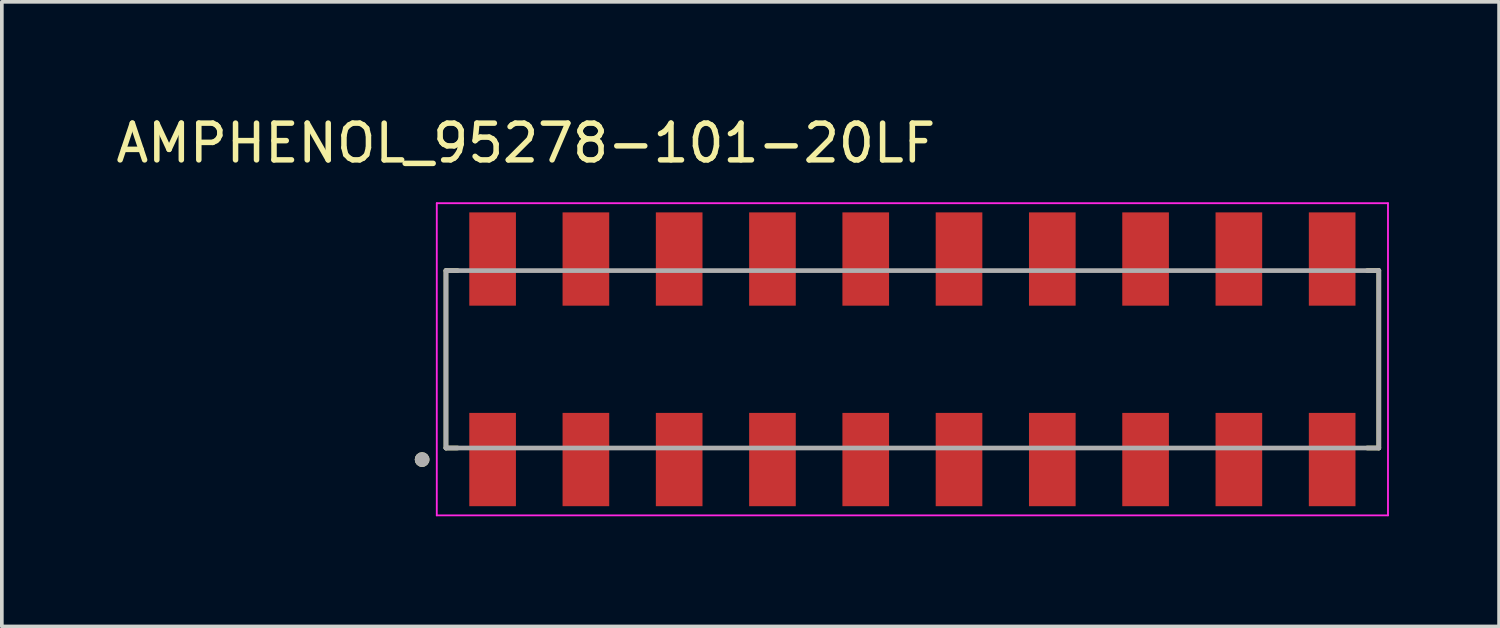
<source format=kicad_pcb>
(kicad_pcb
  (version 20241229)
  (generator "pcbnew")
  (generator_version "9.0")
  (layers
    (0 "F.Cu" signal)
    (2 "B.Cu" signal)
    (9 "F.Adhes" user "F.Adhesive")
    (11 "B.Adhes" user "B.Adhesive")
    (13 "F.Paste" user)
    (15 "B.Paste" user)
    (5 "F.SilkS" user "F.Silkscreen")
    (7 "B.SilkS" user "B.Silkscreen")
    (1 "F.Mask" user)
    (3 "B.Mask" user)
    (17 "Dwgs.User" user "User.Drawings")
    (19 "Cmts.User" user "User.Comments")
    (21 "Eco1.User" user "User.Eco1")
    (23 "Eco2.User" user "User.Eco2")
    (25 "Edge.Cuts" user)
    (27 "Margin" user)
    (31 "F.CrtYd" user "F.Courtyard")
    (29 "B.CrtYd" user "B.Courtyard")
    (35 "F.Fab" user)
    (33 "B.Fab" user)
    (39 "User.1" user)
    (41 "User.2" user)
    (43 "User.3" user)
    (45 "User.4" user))
  (footprint "AMPHENOL_95278-101-20LF"
    (layer "F.Cu")
    (at 21.793 6.733)
    (property "Reference" "AMPHENOL_95278-101-20LF" (at -10.525 -5.885 0) (layer "F.SilkS") (effects (font (size 1 1) (thickness 0.15))))
    (attr smd)
    (fp_line (start -12.7 -2.415) (end -12.385 -2.415) (stroke (width 0.127) (type solid)) (layer "F.SilkS"))
    (fp_line (start -12.7 2.415) (end -12.7 -2.415) (stroke (width 0.127) (type solid)) (layer "F.SilkS"))
    (fp_line (start -12.385 2.415) (end -12.7 2.415) (stroke (width 0.127) (type solid)) (layer "F.SilkS"))
    (fp_line (start 12.385 -2.415) (end 12.7 -2.415) (stroke (width 0.127) (type solid)) (layer "F.SilkS"))
    (fp_line (start 12.385 2.415) (end 12.7 2.415) (stroke (width 0.127) (type solid)) (layer "F.SilkS"))
    (fp_line (start 12.7 -2.415) (end 12.7 2.415) (stroke (width 0.127) (type solid)) (layer "F.SilkS"))
    (fp_circle (center -13.35 2.73) (end -13.25 2.73) (stroke (width 0.2) (type solid)) (fill no) (layer "F.SilkS"))
    (fp_line (start -12.95 -4.25) (end 12.95 -4.25) (stroke (width 0.05) (type solid)) (layer "F.CrtYd"))
    (fp_line (start -12.95 4.25) (end -12.95 -4.25) (stroke (width 0.05) (type solid)) (layer "F.CrtYd"))
    (fp_line (start 12.95 -4.25) (end 12.95 4.25) (stroke (width 0.05) (type solid)) (layer "F.CrtYd"))
    (fp_line (start 12.95 4.25) (end -12.95 4.25) (stroke (width 0.05) (type solid)) (layer "F.CrtYd"))
    (fp_line (start -12.7 -2.415) (end 12.7 -2.415) (stroke (width 0.127) (type solid)) (layer "F.Fab"))
    (fp_line (start -12.7 2.415) (end -12.7 -2.415) (stroke (width 0.127) (type solid)) (layer "F.Fab"))
    (fp_line (start 12.7 -2.415) (end 12.7 2.415) (stroke (width 0.127) (type solid)) (layer "F.Fab"))
    (fp_line (start 12.7 2.415) (end -12.7 2.415) (stroke (width 0.127) (type solid)) (layer "F.Fab"))
    (fp_circle (center -13.35 2.73) (end -13.25 2.73) (stroke (width 0.2) (type solid)) (fill no) (layer "F.Fab"))
    (pad "01" smd rect (at -11.43 2.73) (size 1.27 2.54) (layers "F.Cu" "F.Mask" "F.Paste"))
    (pad "02" smd rect (at -11.43 -2.73) (size 1.27 2.54) (layers "F.Cu" "F.Mask" "F.Paste"))
    (pad "03" smd rect (at -8.89 2.73) (size 1.27 2.54) (layers "F.Cu" "F.Mask" "F.Paste"))
    (pad "04" smd rect (at -8.89 -2.73) (size 1.27 2.54) (layers "F.Cu" "F.Mask" "F.Paste"))
    (pad "05" smd rect (at -6.35 2.73) (size 1.27 2.54) (layers "F.Cu" "F.Mask" "F.Paste"))
    (pad "06" smd rect (at -6.35 -2.73) (size 1.27 2.54) (layers "F.Cu" "F.Mask" "F.Paste"))
    (pad "07" smd rect (at -3.81 2.73) (size 1.27 2.54) (layers "F.Cu" "F.Mask" "F.Paste"))
    (pad "08" smd rect (at -3.81 -2.73) (size 1.27 2.54) (layers "F.Cu" "F.Mask" "F.Paste"))
    (pad "09" smd rect (at -1.27 2.73) (size 1.27 2.54) (layers "F.Cu" "F.Mask" "F.Paste"))
    (pad "10" smd rect (at -1.27 -2.73) (size 1.27 2.54) (layers "F.Cu" "F.Mask" "F.Paste"))
    (pad "11" smd rect (at 1.27 2.73) (size 1.27 2.54) (layers "F.Cu" "F.Mask" "F.Paste"))
    (pad "12" smd rect (at 1.27 -2.73) (size 1.27 2.54) (layers "F.Cu" "F.Mask" "F.Paste"))
    (pad "13" smd rect (at 3.81 2.73) (size 1.27 2.54) (layers "F.Cu" "F.Mask" "F.Paste"))
    (pad "14" smd rect (at 3.81 -2.73) (size 1.27 2.54) (layers "F.Cu" "F.Mask" "F.Paste"))
    (pad "15" smd rect (at 6.35 2.73) (size 1.27 2.54) (layers "F.Cu" "F.Mask" "F.Paste"))
    (pad "16" smd rect (at 6.35 -2.73) (size 1.27 2.54) (layers "F.Cu" "F.Mask" "F.Paste"))
    (pad "17" smd rect (at 8.89 2.73) (size 1.27 2.54) (layers "F.Cu" "F.Mask" "F.Paste"))
    (pad "18" smd rect (at 8.89 -2.73) (size 1.27 2.54) (layers "F.Cu" "F.Mask" "F.Paste"))
    (pad "19" smd rect (at 11.43 2.73) (size 1.27 2.54) (layers "F.Cu" "F.Mask" "F.Paste"))
    (pad "20" smd rect (at 11.43 -2.73) (size 1.27 2.54) (layers "F.Cu" "F.Mask" "F.Paste")))
  (gr_rect
    (start -3 -3)
    (end 37.768 14.008)
    (stroke (width 0.1) (type default))
    (fill no)
    (layer "Edge.Cuts")))
</source>
